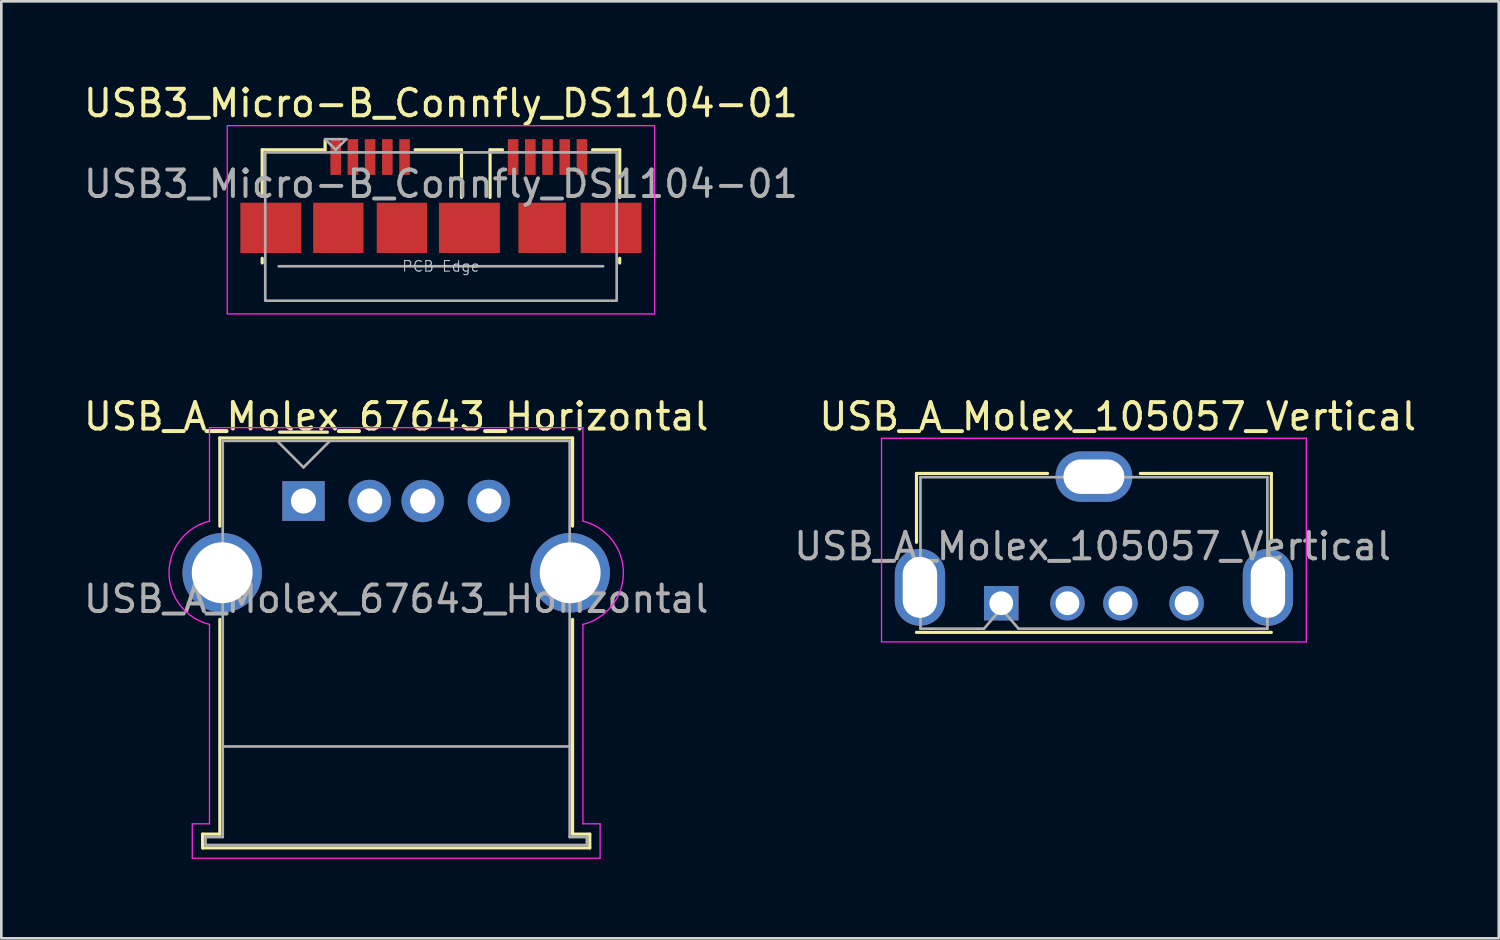
<source format=kicad_pcb>
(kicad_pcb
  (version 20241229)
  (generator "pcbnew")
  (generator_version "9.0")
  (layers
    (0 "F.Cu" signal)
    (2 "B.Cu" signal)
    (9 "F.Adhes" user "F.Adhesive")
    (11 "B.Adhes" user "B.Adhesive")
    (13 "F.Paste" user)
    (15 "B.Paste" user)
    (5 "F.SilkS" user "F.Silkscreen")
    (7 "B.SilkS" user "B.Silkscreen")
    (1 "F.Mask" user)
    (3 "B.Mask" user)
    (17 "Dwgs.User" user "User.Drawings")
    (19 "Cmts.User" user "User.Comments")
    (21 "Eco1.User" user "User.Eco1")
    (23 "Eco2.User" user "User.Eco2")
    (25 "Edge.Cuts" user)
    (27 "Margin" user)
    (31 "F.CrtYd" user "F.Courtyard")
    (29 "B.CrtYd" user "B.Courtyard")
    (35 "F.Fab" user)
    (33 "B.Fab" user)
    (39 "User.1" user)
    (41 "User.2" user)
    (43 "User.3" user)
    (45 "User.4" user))
  (footprint "USB3_Micro-B_Connfly_DS1104-01"
    (layer "F.Cu")
    (at 13.601 4.355)
    (property "Reference" "USB3_Micro-B_Connfly_DS1104-01" (at 0 -3.507 0) (unlocked yes) (layer "F.SilkS") (effects (font (size 1 1) (thickness 0.15))))
    (attr smd)
    (fp_line (start -6.75 -1.75) (end -6.75 0) (stroke (width 0.12) (type solid)) (layer "F.SilkS"))
    (fp_line (start -6.75 2.35) (end -6.75 2.525) (stroke (width 0.12) (type solid)) (layer "F.SilkS"))
    (fp_line (start -4.375 -2.1) (end -4.375 -1.75) (stroke (width 0.12) (type solid)) (layer "F.SilkS"))
    (fp_line (start -4.375 -1.75) (end -6.75 -1.75) (stroke (width 0.12) (type solid)) (layer "F.SilkS"))
    (fp_line (start 0.775 -1.75) (end -0.975 -1.75) (stroke (width 0.12) (type solid)) (layer "F.SilkS"))
    (fp_line (start 0.775 -1.75) (end 0.775 0.05) (stroke (width 0.12) (type solid)) (layer "F.SilkS"))
    (fp_line (start 1.855 -1.75) (end 1.855 0.05) (stroke (width 0.12) (type solid)) (layer "F.SilkS"))
    (fp_line (start 2.325 -1.75) (end 1.855 -1.75) (stroke (width 0.12) (type solid)) (layer "F.SilkS"))
    (fp_line (start 5.725 -1.75) (end 6.75 -1.75) (stroke (width 0.12) (type solid)) (layer "F.SilkS"))
    (fp_line (start 6.75 -1.75) (end 6.75 0.05) (stroke (width 0.12) (type solid)) (layer "F.SilkS"))
    (fp_line (start 6.75 2.35) (end 6.75 2.525) (stroke (width 0.12) (type solid)) (layer "F.SilkS"))
    (fp_rect (start -8.07 -2.66) (end 8.07 4.45) (stroke (width 0.05) (type solid)) (fill no) (layer "F.CrtYd"))
    (fp_line (start -6.125 2.65) (end 6.125 2.65) (stroke (width 0.1) (type solid)) (layer "F.Fab"))
    (fp_line (start -4.375 -2.15) (end -3.975 -1.75) (stroke (width 0.1) (type solid)) (layer "F.Fab"))
    (fp_line (start -3.975 -1.75) (end -3.575 -2.15) (stroke (width 0.1) (type solid)) (layer "F.Fab"))
    (fp_line (start -3.575 -2.15) (end -4.375 -2.15) (stroke (width 0.1) (type solid)) (layer "F.Fab"))
    (fp_rect (start -6.635 -1.65) (end 6.635 3.95) (stroke (width 0.1) (type solid)) (fill no) (layer "F.Fab"))
    (fp_text user "PCB Edge" (at 0 2.65 0) (unlocked yes) (layer "Dwgs.User") (effects (font (size 0.4 0.4) (thickness 0.04))))
    (fp_text user "${REFERENCE}" (at 0 -0.459 0) (unlocked yes) (layer "F.Fab") (effects (font (size 1 1) (thickness 0.15))))
    (pad "1" smd rect (at -3.975 -1.475) (size 0.4 1.35) (layers "F.Cu" "F.Mask" "F.Paste"))
    (pad "2" smd rect (at -3.325 -1.475) (size 0.4 1.35) (layers "F.Cu" "F.Mask" "F.Paste"))
    (pad "3" smd rect (at -2.675 -1.475) (size 0.4 1.35) (layers "F.Cu" "F.Mask" "F.Paste"))
    (pad "4" smd rect (at -2.025 -1.475) (size 0.4 1.35) (layers "F.Cu" "F.Mask" "F.Paste"))
    (pad "5" smd rect (at -1.375 -1.475) (size 0.4 1.35) (layers "F.Cu" "F.Mask" "F.Paste"))
    (pad "6" smd rect (at 2.725 -1.475) (size 0.4 1.35) (layers "F.Cu" "F.Mask" "F.Paste"))
    (pad "7" smd rect (at 3.375 -1.475) (size 0.4 1.35) (layers "F.Cu" "F.Mask" "F.Paste"))
    (pad "8" smd rect (at 4.025 -1.475) (size 0.4 1.35) (layers "F.Cu" "F.Mask" "F.Paste"))
    (pad "9" smd rect (at 4.675 -1.475) (size 0.4 1.35) (layers "F.Cu" "F.Mask" "F.Paste"))
    (pad "10" smd rect (at 5.325 -1.475) (size 0.4 1.35) (layers "F.Cu" "F.Mask" "F.Paste"))
    (pad "11" smd rect (at -6.425 1.2) (size 2.3 1.9) (layers "F.Cu" "F.Mask" "F.Paste"))
    (pad "11" smd rect (at -3.875 1.2) (size 1.9 1.9) (layers "F.Cu" "F.Mask" "F.Paste"))
    (pad "11" smd rect (at -1.475 1.2) (size 1.9 1.9) (layers "F.Cu" "F.Mask" "F.Paste"))
    (pad "11" smd rect (at 1.075 1.2) (size 2.3 1.9) (layers "F.Cu" "F.Mask" "F.Paste"))
    (pad "11" smd rect (at 3.825 1.2) (size 1.8 1.9) (layers "F.Cu" "F.Mask" "F.Paste"))
    (pad "11" smd rect (at 6.425 1.2) (size 2.3 1.9) (layers "F.Cu" "F.Mask" "F.Paste")))
  (footprint "USB_A_Molex_67643_Horizontal"
    (layer "F.Cu")
    (at 8.411 15.868)
    (property "Reference" "USB_A_Molex_67643_Horizontal" (at 3.5 -3.19 0) (layer "F.SilkS") (effects (font (size 1 1) (thickness 0.15))))
    (attr through_hole)
    (fp_line (start -3.81 12.58) (end -3.81 13.1) (stroke (width 0.12) (type solid)) (layer "F.SilkS"))
    (fp_line (start -3.81 13.1) (end 10.81 13.1) (stroke (width 0.12) (type solid)) (layer "F.SilkS"))
    (fp_line (start -3.16 -2.38) (end -3.16 0.95) (stroke (width 0.12) (type solid)) (layer "F.SilkS"))
    (fp_line (start -3.16 -2.38) (end 10.16 -2.38) (stroke (width 0.12) (type solid)) (layer "F.SilkS"))
    (fp_line (start -3.16 12.58) (end -3.81 12.58) (stroke (width 0.12) (type solid)) (layer "F.SilkS"))
    (fp_line (start -3.16 12.58) (end -3.16 4.47) (stroke (width 0.12) (type solid)) (layer "F.SilkS"))
    (fp_line (start -0.9 -2.6) (end 0.9 -2.6) (stroke (width 0.12) (type solid)) (layer "F.SilkS"))
    (fp_line (start 10.16 -2.38) (end 10.16 0.95) (stroke (width 0.12) (type solid)) (layer "F.SilkS"))
    (fp_line (start 10.16 4.47) (end 10.16 12.58) (stroke (width 0.12) (type solid)) (layer "F.SilkS"))
    (fp_line (start 10.81 12.58) (end 10.16 12.58) (stroke (width 0.12) (type solid)) (layer "F.SilkS"))
    (fp_line (start 10.81 13.1) (end 10.81 12.58) (stroke (width 0.12) (type solid)) (layer "F.SilkS"))
    (fp_line (start -4.2 12.19) (end -3.55 12.19) (stroke (width 0.05) (type solid)) (layer "F.CrtYd"))
    (fp_line (start -4.2 13.49) (end -4.2 12.19) (stroke (width 0.05) (type solid)) (layer "F.CrtYd"))
    (fp_line (start -4.2 13.49) (end 11.2 13.49) (stroke (width 0.05) (type solid)) (layer "F.CrtYd"))
    (fp_line (start -3.55 -2.77) (end -3.55 0.76) (stroke (width 0.05) (type solid)) (layer "F.CrtYd"))
    (fp_line (start -3.55 -2.77) (end 10.55 -2.77) (stroke (width 0.05) (type solid)) (layer "F.CrtYd"))
    (fp_line (start -3.55 12.19) (end -3.55 4.66) (stroke (width 0.05) (type solid)) (layer "F.CrtYd"))
    (fp_line (start 10.55 -2.77) (end 10.55 0.76) (stroke (width 0.05) (type solid)) (layer "F.CrtYd"))
    (fp_line (start 10.55 12.19) (end 10.55 4.66) (stroke (width 0.05) (type solid)) (layer "F.CrtYd"))
    (fp_line (start 11.2 12.19) (end 10.55 12.19) (stroke (width 0.05) (type solid)) (layer "F.CrtYd"))
    (fp_line (start 11.2 13.49) (end 11.2 12.19) (stroke (width 0.05) (type solid)) (layer "F.CrtYd"))
    (fp_arc (start -3.55 4.66) (mid -5.078208 2.71) (end -3.55 0.76) (stroke (width 0.05) (type solid)) (layer "F.CrtYd"))
    (fp_arc (start 10.55 0.76) (mid 12.078208 2.71) (end 10.55 4.66) (stroke (width 0.05) (type solid)) (layer "F.CrtYd"))
    (fp_line (start -3.7 12.69) (end -3.7 12.99) (stroke (width 0.1) (type solid)) (layer "F.Fab"))
    (fp_line (start -3.7 12.99) (end 10.7 12.99) (stroke (width 0.1) (type solid)) (layer "F.Fab"))
    (fp_line (start -3.05 -2.27) (end 10.05 -2.27) (stroke (width 0.1) (type solid)) (layer "F.Fab"))
    (fp_line (start -3.05 9.27) (end 10.05 9.27) (stroke (width 0.1) (type solid)) (layer "F.Fab"))
    (fp_line (start -3.05 12.69) (end -3.7 12.69) (stroke (width 0.1) (type solid)) (layer "F.Fab"))
    (fp_line (start -3.05 12.69) (end -3.05 -2.27) (stroke (width 0.1) (type solid)) (layer "F.Fab"))
    (fp_line (start -1 -2.27) (end 0 -1.27) (stroke (width 0.1) (type solid)) (layer "F.Fab"))
    (fp_line (start 0 -1.27) (end 1 -2.27) (stroke (width 0.1) (type solid)) (layer "F.Fab"))
    (fp_line (start 10.05 -2.27) (end 10.05 12.69) (stroke (width 0.1) (type solid)) (layer "F.Fab"))
    (fp_line (start 10.7 12.69) (end 10.05 12.69) (stroke (width 0.1) (type solid)) (layer "F.Fab"))
    (fp_line (start 10.7 12.99) (end 10.7 12.69) (stroke (width 0.1) (type solid)) (layer "F.Fab"))
    (fp_text user "${REFERENCE}" (at 3.5 3.7 0) (layer "F.Fab") (effects (font (size 1 1) (thickness 0.15))))
    (pad "1" thru_hole rect (at 0 0) (size 1.6 1.5) (drill 0.95) (layers "*.Cu" "*.Mask"))
    (pad "2" thru_hole circle (at 2.5 0) (size 1.6 1.6) (drill 0.95) (layers "*.Cu" "*.Mask"))
    (pad "3" thru_hole circle (at 4.5 0) (size 1.6 1.6) (drill 0.95) (layers "*.Cu" "*.Mask"))
    (pad "4" thru_hole circle (at 7 0) (size 1.6 1.6) (drill 0.95) (layers "*.Cu" "*.Mask"))
    (pad "5" thru_hole circle (at -3.07 2.71) (size 3 3) (drill 2.3) (layers "*.Cu" "*.Mask"))
    (pad "5" thru_hole circle (at 10.07 2.71) (size 3 3) (drill 2.3) (layers "*.Cu" "*.Mask")))
  (footprint "USB_A_Molex_105057_Vertical"
    (layer "F.Cu")
    (at 34.758 19.729)
    (property "Reference" "USB_A_Molex_105057_Vertical" (at 4.4 -7.05 0) (layer "F.SilkS") (effects (font (size 1 1) (thickness 0.15))))
    (attr through_hole)
    (fp_line (start -3.2 -4.9) (end -3.2 -2.3) (stroke (width 0.12) (type solid)) (layer "F.SilkS"))
    (fp_line (start -3.2 -4.9) (end 1.75 -4.9) (stroke (width 0.12) (type solid)) (layer "F.SilkS"))
    (fp_line (start 10.2 -4.9) (end 5.25 -4.9) (stroke (width 0.12) (type solid)) (layer "F.SilkS"))
    (fp_line (start 10.2 -4.9) (end 10.2 -2.3) (stroke (width 0.12) (type solid)) (layer "F.SilkS"))
    (fp_line (start 10.2 1.1) (end -3.2 1.1) (stroke (width 0.12) (type solid)) (layer "F.SilkS"))
    (fp_line (start -4.52 -6.23) (end 11.52 -6.23) (stroke (width 0.05) (type solid)) (layer "F.CrtYd"))
    (fp_line (start -4.52 1.46) (end -4.52 -6.23) (stroke (width 0.05) (type solid)) (layer "F.CrtYd"))
    (fp_line (start 11.52 -6.23) (end 11.52 1.46) (stroke (width 0.05) (type solid)) (layer "F.CrtYd"))
    (fp_line (start 11.52 1.46) (end -4.52 1.46) (stroke (width 0.05) (type solid)) (layer "F.CrtYd"))
    (fp_line (start -3.05 -4.76) (end 10.05 -4.76) (stroke (width 0.1) (type solid)) (layer "F.Fab"))
    (fp_line (start -3.05 0.96) (end -3.05 -4.76) (stroke (width 0.1) (type solid)) (layer "F.Fab"))
    (fp_line (start -0.65 0.96) (end -3.05 0.96) (stroke (width 0.1) (type solid)) (layer "F.Fab"))
    (fp_line (start -0.65 0.96) (end 0 0.2) (stroke (width 0.1) (type solid)) (layer "F.Fab"))
    (fp_line (start 0 0.2) (end 0.65 0.96) (stroke (width 0.1) (type solid)) (layer "F.Fab"))
    (fp_line (start 10.05 -4.76) (end 10.05 0.96) (stroke (width 0.1) (type solid)) (layer "F.Fab"))
    (fp_line (start 10.05 0.96) (end 0.65 0.96) (stroke (width 0.1) (type solid)) (layer "F.Fab"))
    (fp_text user "${REFERENCE}" (at 3.45 -2.15 0) (layer "F.Fab") (effects (font (size 1 1) (thickness 0.15))))
    (pad "1" thru_hole rect (at 0 0) (size 1.3 1.3) (drill 0.9) (layers "*.Cu" "*.Mask"))
    (pad "2" thru_hole circle (at 2.5 0) (size 1.3 1.3) (drill 0.9) (layers "*.Cu" "*.Mask"))
    (pad "3" thru_hole circle (at 4.5 0) (size 1.3 1.3) (drill 0.9) (layers "*.Cu" "*.Mask"))
    (pad "4" thru_hole circle (at 7 0) (size 1.3 1.3) (drill 0.9) (layers "*.Cu" "*.Mask"))
    (pad "5" thru_hole oval (at -3.07 -0.6 180) (size 1.9 2.9) (drill oval 1.3 2.3) (layers "*.Cu" "*.Mask"))
    (pad "5" thru_hole oval (at 3.5 -4.78 90) (size 1.9 2.9) (drill oval 1.3 2.3) (layers "*.Cu" "*.Mask"))
    (pad "5" thru_hole oval (at 10.07 -0.6) (size 1.9 2.9) (drill oval 1.3 2.3) (layers "*.Cu" "*.Mask")))
  (gr_rect
    (start -3 -3)
    (end 53.545 32.383)
    (stroke (width 0.1) (type default))
    (fill no)
    (layer "Edge.Cuts")))
</source>
